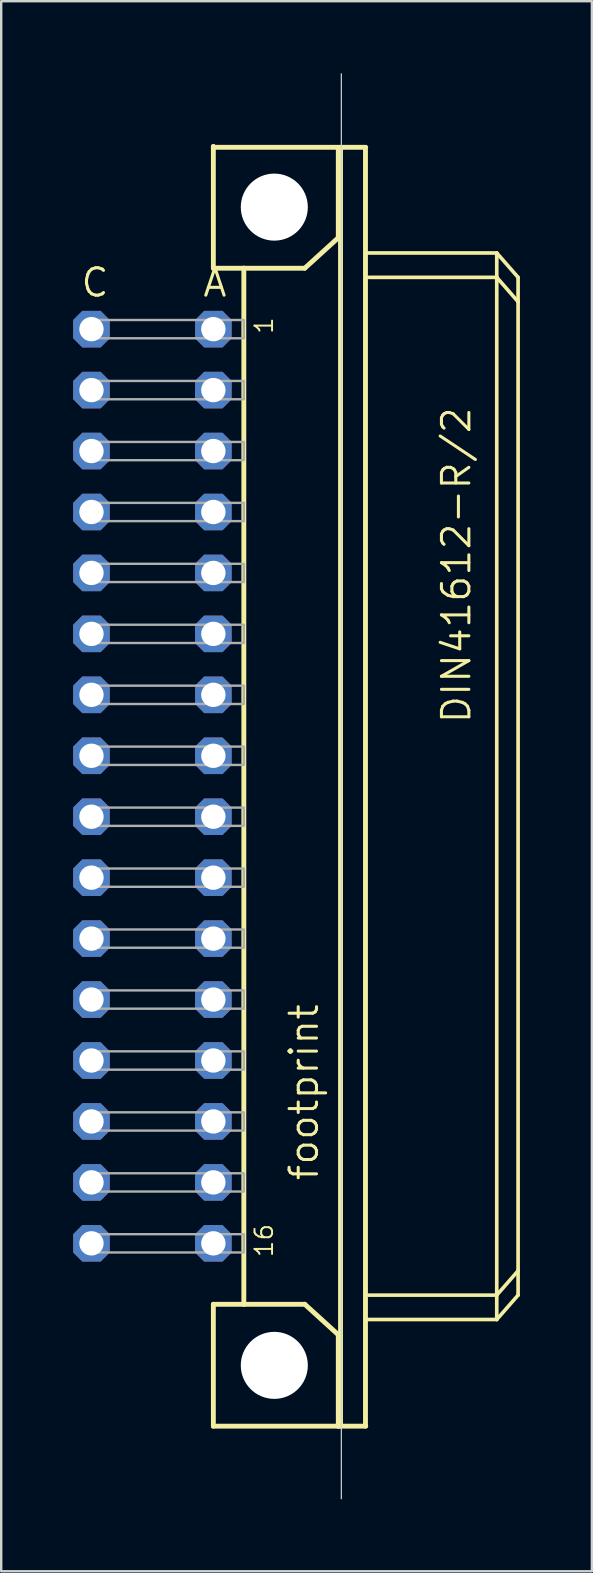
<source format=kicad_pcb>
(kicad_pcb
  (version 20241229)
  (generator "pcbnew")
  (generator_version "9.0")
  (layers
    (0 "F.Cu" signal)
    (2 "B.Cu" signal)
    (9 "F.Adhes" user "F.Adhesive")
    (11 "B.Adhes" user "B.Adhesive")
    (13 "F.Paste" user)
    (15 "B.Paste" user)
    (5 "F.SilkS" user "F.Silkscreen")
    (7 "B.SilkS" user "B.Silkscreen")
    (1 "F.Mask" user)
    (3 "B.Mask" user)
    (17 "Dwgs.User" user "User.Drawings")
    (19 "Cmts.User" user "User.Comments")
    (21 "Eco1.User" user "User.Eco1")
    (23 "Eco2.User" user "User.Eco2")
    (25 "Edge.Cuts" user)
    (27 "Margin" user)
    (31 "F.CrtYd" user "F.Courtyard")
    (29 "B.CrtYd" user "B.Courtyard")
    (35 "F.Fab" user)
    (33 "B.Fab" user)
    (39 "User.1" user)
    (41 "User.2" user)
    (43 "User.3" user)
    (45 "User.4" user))
  (footprint "footprint"
    (layer "F.Cu")
    (at 8.382 29.718)
    (property "Reference" "footprint" (at 1.905 16.51 90) (layer "F.SilkS") (effects (font (size 1.143 1.143) (thickness 0.127)) (justify left bottom)))
    (fp_line (start -2.54 -26.67) (end -2.54 -26.63) (stroke (width 0.203) (type solid)) (layer "F.SilkS"))
    (fp_line (start -2.54 -26.63) (end -2.54 -21.59) (stroke (width 0.203) (type solid)) (layer "F.SilkS"))
    (fp_line (start -2.54 -26.63) (end 3.81 -26.63) (stroke (width 0.203) (type solid)) (layer "F.SilkS"))
    (fp_line (start -2.54 -21.59) (end -1.27 -21.59) (stroke (width 0.203) (type solid)) (layer "F.SilkS"))
    (fp_line (start -2.54 21.59) (end -1.27 21.59) (stroke (width 0.203) (type solid)) (layer "F.SilkS"))
    (fp_line (start -2.54 26.67) (end -2.54 21.59) (stroke (width 0.203) (type solid)) (layer "F.SilkS"))
    (fp_line (start -2.54 26.67) (end 2.667 26.67) (stroke (width 0.203) (type solid)) (layer "F.SilkS"))
    (fp_line (start -1.27 -21.59) (end -1.27 21.59) (stroke (width 0.203) (type solid)) (layer "F.SilkS"))
    (fp_line (start -1.27 -21.59) (end 1.27 -21.59) (stroke (width 0.203) (type solid)) (layer "F.SilkS"))
    (fp_line (start -1.27 21.59) (end 1.27 21.59) (stroke (width 0.203) (type solid)) (layer "F.SilkS"))
    (fp_line (start 1.27 -21.59) (end 2.667 -22.86) (stroke (width 0.203) (type solid)) (layer "F.SilkS"))
    (fp_line (start 1.27 21.59) (end 2.667 22.86) (stroke (width 0.203) (type solid)) (layer "F.SilkS"))
    (fp_line (start 2.667 -22.86) (end 2.667 -26.543) (stroke (width 0.203) (type solid)) (layer "F.SilkS"))
    (fp_line (start 2.667 22.86) (end 2.667 26.67) (stroke (width 0.203) (type solid)) (layer "F.SilkS"))
    (fp_line (start 2.667 26.67) (end 3.81 26.67) (stroke (width 0.203) (type solid)) (layer "F.SilkS"))
    (fp_line (start 2.76 -26.54) (end 2.76 26.667) (stroke (width 0.203) (type solid)) (layer "F.SilkS"))
    (fp_line (start 3.8 26.667) (end 3.8 -26.54) (stroke (width 0.203) (type solid)) (layer "F.SilkS"))
    (fp_line (start 3.81 -22.225) (end 9.271 -22.225) (stroke (width 0.152) (type solid)) (layer "F.SilkS"))
    (fp_line (start 3.937 21.209) (end 9.271 21.209) (stroke (width 0.152) (type solid)) (layer "F.SilkS"))
    (fp_line (start 9.271 -21.209) (end 3.937 -21.209) (stroke (width 0.152) (type solid)) (layer "F.SilkS"))
    (fp_line (start 9.271 -21.209) (end 9.271 -22.225) (stroke (width 0.152) (type solid)) (layer "F.SilkS"))
    (fp_line (start 9.271 21.209) (end 9.271 -21.209) (stroke (width 0.152) (type solid)) (layer "F.SilkS"))
    (fp_line (start 9.271 21.209) (end 10.16 20.193) (stroke (width 0.152) (type solid)) (layer "F.SilkS"))
    (fp_line (start 9.271 22.225) (end 3.81 22.225) (stroke (width 0.152) (type solid)) (layer "F.SilkS"))
    (fp_line (start 9.271 22.225) (end 9.271 21.209) (stroke (width 0.152) (type solid)) (layer "F.SilkS"))
    (fp_line (start 9.271 22.225) (end 10.16 21.209) (stroke (width 0.152) (type solid)) (layer "F.SilkS"))
    (fp_line (start 10.16 -21.209) (end 9.271 -22.225) (stroke (width 0.152) (type solid)) (layer "F.SilkS"))
    (fp_line (start 10.16 -20.193) (end 9.271 -21.209) (stroke (width 0.152) (type solid)) (layer "F.SilkS"))
    (fp_line (start 10.16 -20.193) (end 10.16 -21.209) (stroke (width 0.152) (type solid)) (layer "F.SilkS"))
    (fp_line (start 10.16 20.193) (end 10.16 -20.193) (stroke (width 0.152) (type solid)) (layer "F.SilkS"))
    (fp_line (start 10.16 21.209) (end 10.16 20.193) (stroke (width 0.152) (type solid)) (layer "F.SilkS"))
    (fp_circle (center 0 -24.136) (end 1.27 -24.136) (stroke (width 0.152) (type solid)) (fill no) (layer "F.SilkS"))
    (fp_circle (center 0 24.136) (end 1.27 24.136) (stroke (width 0.152) (type solid)) (fill no) (layer "F.SilkS"))
    (fp_line (start 2.794 29.693) (end 2.794 -29.693) (stroke (width 0.05) (type solid)) (layer "Edge.Cuts"))
    (fp_poly (pts (xy -7.874 -18.669) (xy -1.27 -18.669) (xy -1.27 -19.431) (xy -7.874 -19.431)) (stroke (width 0.1) (type solid)) (fill no) (layer "F.Fab"))
    (fp_poly (pts (xy -7.874 -16.129) (xy -1.27 -16.129) (xy -1.27 -16.891) (xy -7.874 -16.891)) (stroke (width 0.1) (type solid)) (fill no) (layer "F.Fab"))
    (fp_poly (pts (xy -7.874 -13.589) (xy -1.27 -13.589) (xy -1.27 -14.351) (xy -7.874 -14.351)) (stroke (width 0.1) (type solid)) (fill no) (layer "F.Fab"))
    (fp_poly (pts (xy -7.874 -11.049) (xy -1.27 -11.049) (xy -1.27 -11.811) (xy -7.874 -11.811)) (stroke (width 0.1) (type solid)) (fill no) (layer "F.Fab"))
    (fp_poly (pts (xy -7.874 -8.509) (xy -1.27 -8.509) (xy -1.27 -9.271) (xy -7.874 -9.271)) (stroke (width 0.1) (type solid)) (fill no) (layer "F.Fab"))
    (fp_poly (pts (xy -7.874 -5.969) (xy -1.27 -5.969) (xy -1.27 -6.731) (xy -7.874 -6.731)) (stroke (width 0.1) (type solid)) (fill no) (layer "F.Fab"))
    (fp_poly (pts (xy -7.874 -3.429) (xy -1.27 -3.429) (xy -1.27 -4.191) (xy -7.874 -4.191)) (stroke (width 0.1) (type solid)) (fill no) (layer "F.Fab"))
    (fp_poly (pts (xy -7.874 -0.889) (xy -1.27 -0.889) (xy -1.27 -1.651) (xy -7.874 -1.651)) (stroke (width 0.1) (type solid)) (fill no) (layer "F.Fab"))
    (fp_poly (pts (xy -7.874 1.651) (xy -1.27 1.651) (xy -1.27 0.889) (xy -7.874 0.889)) (stroke (width 0.1) (type solid)) (fill no) (layer "F.Fab"))
    (fp_poly (pts (xy -7.874 4.191) (xy -1.27 4.191) (xy -1.27 3.429) (xy -7.874 3.429)) (stroke (width 0.1) (type solid)) (fill no) (layer "F.Fab"))
    (fp_poly (pts (xy -7.874 6.731) (xy -1.27 6.731) (xy -1.27 5.969) (xy -7.874 5.969)) (stroke (width 0.1) (type solid)) (fill no) (layer "F.Fab"))
    (fp_poly (pts (xy -7.874 9.271) (xy -1.27 9.271) (xy -1.27 8.509) (xy -7.874 8.509)) (stroke (width 0.1) (type solid)) (fill no) (layer "F.Fab"))
    (fp_poly (pts (xy -7.874 11.811) (xy -1.27 11.811) (xy -1.27 11.049) (xy -7.874 11.049)) (stroke (width 0.1) (type solid)) (fill no) (layer "F.Fab"))
    (fp_poly (pts (xy -7.874 14.351) (xy -1.27 14.351) (xy -1.27 13.589) (xy -7.874 13.589)) (stroke (width 0.1) (type solid)) (fill no) (layer "F.Fab"))
    (fp_poly (pts (xy -7.874 16.891) (xy -1.27 16.891) (xy -1.27 16.129) (xy -7.874 16.129)) (stroke (width 0.1) (type solid)) (fill no) (layer "F.Fab"))
    (fp_poly (pts (xy -7.874 19.431) (xy -1.27 19.431) (xy -1.27 18.669) (xy -7.874 18.669)) (stroke (width 0.1) (type solid)) (fill no) (layer "F.Fab"))
    (fp_text user "1" (at 0 -18.796 90) (layer "F.SilkS") (effects (font (size 0.732 0.732) (thickness 0.081)) (justify left bottom)))
    (fp_text user "DIN41612-R/2" (at 8.255 -2.54 90) (layer "F.SilkS") (effects (font (size 1.143 1.143) (thickness 0.127)) (justify left bottom)))
    (fp_text user "C" (at -8.128 -20.32 0) (layer "F.SilkS") (effects (font (size 1.143 1.143) (thickness 0.127)) (justify left bottom)))
    (fp_text user "16" (at 0 19.685 90) (layer "F.SilkS") (effects (font (size 0.732 0.732) (thickness 0.081)) (justify left bottom)))
    (fp_text user "A" (at -3.048 -20.32 0) (layer "F.SilkS") (effects (font (size 1.143 1.143) (thickness 0.127)) (justify left bottom)))
    (pad "" np_thru_hole circle (at 0 -24.136) (size 2.794 2.794) (drill 2.794) (layers "*.Cu" "*.Mask"))
    (pad "" np_thru_hole circle (at 0 24.136) (size 2.794 2.794) (drill 2.794) (layers "*.Cu" "*.Mask"))
    (pad "A1" thru_hole roundrect (at -2.54 -19.05) (size 1.524 1.524) (drill 1.016) (layers "*.Cu" "*.Mask") (roundrect_rratio 0.25) (chamfer_ratio 0.25) (chamfer top_left top_right bottom_left bottom_right))
    (pad "A2" thru_hole roundrect (at -2.54 -16.51) (size 1.524 1.524) (drill 1.016) (layers "*.Cu" "*.Mask") (roundrect_rratio 0.25) (chamfer_ratio 0.25) (chamfer top_left top_right bottom_left bottom_right))
    (pad "A3" thru_hole roundrect (at -2.54 -13.97) (size 1.524 1.524) (drill 1.016) (layers "*.Cu" "*.Mask") (roundrect_rratio 0.25) (chamfer_ratio 0.25) (chamfer top_left top_right bottom_left bottom_right))
    (pad "A4" thru_hole roundrect (at -2.54 -11.43) (size 1.524 1.524) (drill 1.016) (layers "*.Cu" "*.Mask") (roundrect_rratio 0.25) (chamfer_ratio 0.25) (chamfer top_left top_right bottom_left bottom_right))
    (pad "A5" thru_hole roundrect (at -2.54 -8.89) (size 1.524 1.524) (drill 1.016) (layers "*.Cu" "*.Mask") (roundrect_rratio 0.25) (chamfer_ratio 0.25) (chamfer top_left top_right bottom_left bottom_right))
    (pad "A6" thru_hole roundrect (at -2.54 -6.35) (size 1.524 1.524) (drill 1.016) (layers "*.Cu" "*.Mask") (roundrect_rratio 0.25) (chamfer_ratio 0.25) (chamfer top_left top_right bottom_left bottom_right))
    (pad "A7" thru_hole roundrect (at -2.54 -3.81) (size 1.524 1.524) (drill 1.016) (layers "*.Cu" "*.Mask") (roundrect_rratio 0.25) (chamfer_ratio 0.25) (chamfer top_left top_right bottom_left bottom_right))
    (pad "A8" thru_hole roundrect (at -2.54 -1.27) (size 1.524 1.524) (drill 1.016) (layers "*.Cu" "*.Mask") (roundrect_rratio 0.25) (chamfer_ratio 0.25) (chamfer top_left top_right bottom_left bottom_right))
    (pad "A9" thru_hole roundrect (at -2.54 1.27) (size 1.524 1.524) (drill 1.016) (layers "*.Cu" "*.Mask") (roundrect_rratio 0.25) (chamfer_ratio 0.25) (chamfer top_left top_right bottom_left bottom_right))
    (pad "A10" thru_hole roundrect (at -2.54 3.81) (size 1.524 1.524) (drill 1.016) (layers "*.Cu" "*.Mask") (roundrect_rratio 0.25) (chamfer_ratio 0.25) (chamfer top_left top_right bottom_left bottom_right))
    (pad "A11" thru_hole roundrect (at -2.54 6.35) (size 1.524 1.524) (drill 1.016) (layers "*.Cu" "*.Mask") (roundrect_rratio 0.25) (chamfer_ratio 0.25) (chamfer top_left top_right bottom_left bottom_right))
    (pad "A12" thru_hole roundrect (at -2.54 8.89) (size 1.524 1.524) (drill 1.016) (layers "*.Cu" "*.Mask") (roundrect_rratio 0.25) (chamfer_ratio 0.25) (chamfer top_left top_right bottom_left bottom_right))
    (pad "A13" thru_hole roundrect (at -2.54 11.43) (size 1.524 1.524) (drill 1.016) (layers "*.Cu" "*.Mask") (roundrect_rratio 0.25) (chamfer_ratio 0.25) (chamfer top_left top_right bottom_left bottom_right))
    (pad "A14" thru_hole roundrect (at -2.54 13.97) (size 1.524 1.524) (drill 1.016) (layers "*.Cu" "*.Mask") (roundrect_rratio 0.25) (chamfer_ratio 0.25) (chamfer top_left top_right bottom_left bottom_right))
    (pad "A15" thru_hole roundrect (at -2.54 16.51) (size 1.524 1.524) (drill 1.016) (layers "*.Cu" "*.Mask") (roundrect_rratio 0.25) (chamfer_ratio 0.25) (chamfer top_left top_right bottom_left bottom_right))
    (pad "A16" thru_hole roundrect (at -2.54 19.05) (size 1.524 1.524) (drill 1.016) (layers "*.Cu" "*.Mask") (roundrect_rratio 0.25) (chamfer_ratio 0.25) (chamfer top_left top_right bottom_left bottom_right))
    (pad "C1" thru_hole roundrect (at -7.62 -19.05) (size 1.524 1.524) (drill 1.016) (layers "*.Cu" "*.Mask") (roundrect_rratio 0.25) (chamfer_ratio 0.25) (chamfer top_left top_right bottom_left bottom_right))
    (pad "C2" thru_hole roundrect (at -7.62 -16.51) (size 1.524 1.524) (drill 1.016) (layers "*.Cu" "*.Mask") (roundrect_rratio 0.25) (chamfer_ratio 0.25) (chamfer top_left top_right bottom_left bottom_right))
    (pad "C3" thru_hole roundrect (at -7.62 -13.97) (size 1.524 1.524) (drill 1.016) (layers "*.Cu" "*.Mask") (roundrect_rratio 0.25) (chamfer_ratio 0.25) (chamfer top_left top_right bottom_left bottom_right))
    (pad "C4" thru_hole roundrect (at -7.62 -11.43) (size 1.524 1.524) (drill 1.016) (layers "*.Cu" "*.Mask") (roundrect_rratio 0.25) (chamfer_ratio 0.25) (chamfer top_left top_right bottom_left bottom_right))
    (pad "C5" thru_hole roundrect (at -7.62 -8.89) (size 1.524 1.524) (drill 1.016) (layers "*.Cu" "*.Mask") (roundrect_rratio 0.25) (chamfer_ratio 0.25) (chamfer top_left top_right bottom_left bottom_right))
    (pad "C6" thru_hole roundrect (at -7.62 -6.35) (size 1.524 1.524) (drill 1.016) (layers "*.Cu" "*.Mask") (roundrect_rratio 0.25) (chamfer_ratio 0.25) (chamfer top_left top_right bottom_left bottom_right))
    (pad "C7" thru_hole roundrect (at -7.62 -3.81) (size 1.524 1.524) (drill 1.016) (layers "*.Cu" "*.Mask") (roundrect_rratio 0.25) (chamfer_ratio 0.25) (chamfer top_left top_right bottom_left bottom_right))
    (pad "C8" thru_hole roundrect (at -7.62 -1.27) (size 1.524 1.524) (drill 1.016) (layers "*.Cu" "*.Mask") (roundrect_rratio 0.25) (chamfer_ratio 0.25) (chamfer top_left top_right bottom_left bottom_right))
    (pad "C9" thru_hole roundrect (at -7.62 1.27) (size 1.524 1.524) (drill 1.016) (layers "*.Cu" "*.Mask") (roundrect_rratio 0.25) (chamfer_ratio 0.25) (chamfer top_left top_right bottom_left bottom_right))
    (pad "C10" thru_hole roundrect (at -7.62 3.81) (size 1.524 1.524) (drill 1.016) (layers "*.Cu" "*.Mask") (roundrect_rratio 0.25) (chamfer_ratio 0.25) (chamfer top_left top_right bottom_left bottom_right))
    (pad "C11" thru_hole roundrect (at -7.62 6.35) (size 1.524 1.524) (drill 1.016) (layers "*.Cu" "*.Mask") (roundrect_rratio 0.25) (chamfer_ratio 0.25) (chamfer top_left top_right bottom_left bottom_right))
    (pad "C12" thru_hole roundrect (at -7.62 8.89) (size 1.524 1.524) (drill 1.016) (layers "*.Cu" "*.Mask") (roundrect_rratio 0.25) (chamfer_ratio 0.25) (chamfer top_left top_right bottom_left bottom_right))
    (pad "C13" thru_hole roundrect (at -7.62 11.43) (size 1.524 1.524) (drill 1.016) (layers "*.Cu" "*.Mask") (roundrect_rratio 0.25) (chamfer_ratio 0.25) (chamfer top_left top_right bottom_left bottom_right))
    (pad "C14" thru_hole roundrect (at -7.62 13.97) (size 1.524 1.524) (drill 1.016) (layers "*.Cu" "*.Mask") (roundrect_rratio 0.25) (chamfer_ratio 0.25) (chamfer top_left top_right bottom_left bottom_right))
    (pad "C15" thru_hole roundrect (at -7.62 16.51) (size 1.524 1.524) (drill 1.016) (layers "*.Cu" "*.Mask") (roundrect_rratio 0.25) (chamfer_ratio 0.25) (chamfer top_left top_right bottom_left bottom_right))
    (pad "C16" thru_hole roundrect (at -7.62 19.05) (size 1.524 1.524) (drill 1.016) (layers "*.Cu" "*.Mask") (roundrect_rratio 0.25) (chamfer_ratio 0.25) (chamfer top_left top_right bottom_left bottom_right))
    (zone (net_name "") (layers "F.Cu" "B.Cu") (hatch edge 0.508) (connect_pads) (min_thickness 0.254) (filled_areas_thickness no) (keepout (tracks allowed) (vias not_allowed) (pads allowed) (copperpour allowed) (footprints allowed)) (placement (enabled no)) (fill) (polygon (pts (xy 11.557 5.581) (xy 11.509 5.03) (xy 11.366 4.495) (xy 11.132 3.994) (xy 10.814 3.54) (xy 10.423 3.149) (xy 9.97 2.832) (xy 9.468 2.598) (xy 8.933 2.454) (xy 8.382 2.406) (xy 7.831 2.454) (xy 7.296 2.598) (xy 6.795 2.832) (xy 6.341 3.149) (xy 5.95 3.54) (xy 5.632 3.994) (xy 5.398 4.495) (xy 5.255 5.03) (xy 5.207 5.581) (xy 5.255 6.133) (xy 5.398 6.667) (xy 5.632 7.169) (xy 5.95 7.622) (xy 6.341 8.013) (xy 6.795 8.331) (xy 7.296 8.565) (xy 7.831 8.708) (xy 8.382 8.756) (xy 8.933 8.708) (xy 9.468 8.565) (xy 9.97 8.331) (xy 10.423 8.013) (xy 10.814 7.622) (xy 11.132 7.169) (xy 11.366 6.667) (xy 11.509 6.133))) (polygon (pts (xy 9.779 5.581) (xy 9.758 5.339) (xy 9.695 5.103) (xy 9.592 4.883) (xy 9.452 4.683) (xy 9.28 4.511) (xy 9.081 4.371) (xy 8.86 4.268) (xy 8.625 4.205) (xy 8.382 4.184) (xy 8.139 4.205) (xy 7.904 4.268) (xy 7.684 4.371) (xy 7.484 4.511) (xy 7.312 4.683) (xy 7.172 4.883) (xy 7.069 5.103) (xy 7.006 5.339) (xy 6.985 5.581) (xy 7.006 5.824) (xy 7.069 6.059) (xy 7.172 6.28) (xy 7.312 6.479) (xy 7.484 6.651) (xy 7.684 6.791) (xy 7.904 6.894) (xy 8.139 6.957) (xy 8.382 6.978) (xy 8.625 6.957) (xy 8.86 6.894) (xy 9.081 6.791) (xy 9.28 6.651) (xy 9.452 6.479) (xy 9.592 6.28) (xy 9.695 6.059) (xy 9.758 5.824))))
    (zone (net_name "") (layers "F.Cu" "B.Cu") (hatch edge 0.508) (connect_pads) (min_thickness 0.254) (filled_areas_thickness no) (keepout (tracks allowed) (vias not_allowed) (pads allowed) (copperpour allowed) (footprints allowed)) (placement (enabled no)) (fill) (polygon (pts (xy 11.557 53.854) (xy 11.509 53.303) (xy 11.366 52.768) (xy 11.132 52.267) (xy 10.814 51.813) (xy 10.423 51.422) (xy 9.97 51.104) (xy 9.468 50.87) (xy 8.933 50.727) (xy 8.382 50.679) (xy 7.831 50.727) (xy 7.296 50.87) (xy 6.795 51.104) (xy 6.341 51.422) (xy 5.95 51.813) (xy 5.632 52.267) (xy 5.398 52.768) (xy 5.255 53.303) (xy 5.207 53.854) (xy 5.255 54.405) (xy 5.398 54.94) (xy 5.632 55.441) (xy 5.95 55.895) (xy 6.341 56.286) (xy 6.795 56.604) (xy 7.296 56.838) (xy 7.831 56.981) (xy 8.382 57.029) (xy 8.933 56.981) (xy 9.468 56.838) (xy 9.97 56.604) (xy 10.423 56.286) (xy 10.814 55.895) (xy 11.132 55.441) (xy 11.366 54.94) (xy 11.509 54.405))) (polygon (pts (xy 9.779 53.854) (xy 9.758 53.611) (xy 9.695 53.376) (xy 9.592 53.156) (xy 9.452 52.956) (xy 9.28 52.784) (xy 9.081 52.644) (xy 8.86 52.541) (xy 8.625 52.478) (xy 8.382 52.457) (xy 8.139 52.478) (xy 7.904 52.541) (xy 7.684 52.644) (xy 7.484 52.784) (xy 7.312 52.956) (xy 7.172 53.156) (xy 7.069 53.376) (xy 7.006 53.611) (xy 6.985 53.854) (xy 7.006 54.097) (xy 7.069 54.332) (xy 7.172 54.553) (xy 7.312 54.752) (xy 7.484 54.924) (xy 7.684 55.064) (xy 7.904 55.167) (xy 8.139 55.23) (xy 8.382 55.251) (xy 8.625 55.23) (xy 8.86 55.167) (xy 9.081 55.064) (xy 9.28 54.924) (xy 9.452 54.752) (xy 9.592 54.553) (xy 9.695 54.332) (xy 9.758 54.097))))
    (zone (net_name "") (layer "B.Cu") (hatch edge 0.508) (connect_pads) (min_thickness 0.254) (filled_areas_thickness no) (keepout (tracks not_allowed) (vias not_allowed) (pads not_allowed) (copperpour not_allowed) (footprints allowed)) (placement (enabled no)) (fill) (polygon (pts (xy 11.557 5.581) (xy 11.509 5.03) (xy 11.366 4.495) (xy 11.132 3.994) (xy 10.814 3.54) (xy 10.423 3.149) (xy 9.97 2.832) (xy 9.468 2.598) (xy 8.933 2.454) (xy 8.382 2.406) (xy 7.831 2.454) (xy 7.296 2.598) (xy 6.795 2.832) (xy 6.341 3.149) (xy 5.95 3.54) (xy 5.632 3.994) (xy 5.398 4.495) (xy 5.255 5.03) (xy 5.207 5.581) (xy 5.255 6.133) (xy 5.398 6.667) (xy 5.632 7.169) (xy 5.95 7.622) (xy 6.341 8.013) (xy 6.795 8.331) (xy 7.296 8.565) (xy 7.831 8.708) (xy 8.382 8.756) (xy 8.933 8.708) (xy 9.468 8.565) (xy 9.97 8.331) (xy 10.423 8.013) (xy 10.814 7.622) (xy 11.132 7.169) (xy 11.366 6.667) (xy 11.509 6.133))) (polygon (pts (xy 9.779 5.581) (xy 9.758 5.339) (xy 9.695 5.103) (xy 9.592 4.883) (xy 9.452 4.683) (xy 9.28 4.511) (xy 9.081 4.371) (xy 8.86 4.268) (xy 8.625 4.205) (xy 8.382 4.184) (xy 8.139 4.205) (xy 7.904 4.268) (xy 7.684 4.371) (xy 7.484 4.511) (xy 7.312 4.683) (xy 7.172 4.883) (xy 7.069 5.103) (xy 7.006 5.339) (xy 6.985 5.581) (xy 7.006 5.824) (xy 7.069 6.059) (xy 7.172 6.28) (xy 7.312 6.479) (xy 7.484 6.651) (xy 7.684 6.791) (xy 7.904 6.894) (xy 8.139 6.957) (xy 8.382 6.978) (xy 8.625 6.957) (xy 8.86 6.894) (xy 9.081 6.791) (xy 9.28 6.651) (xy 9.452 6.479) (xy 9.592 6.28) (xy 9.695 6.059) (xy 9.758 5.824))))
    (zone (net_name "") (layer "B.Cu") (hatch edge 0.508) (connect_pads) (min_thickness 0.254) (filled_areas_thickness no) (keepout (tracks not_allowed) (vias not_allowed) (pads not_allowed) (copperpour not_allowed) (footprints allowed)) (placement (enabled no)) (fill) (polygon (pts (xy 11.557 53.854) (xy 11.509 53.303) (xy 11.366 52.768) (xy 11.132 52.267) (xy 10.814 51.813) (xy 10.423 51.422) (xy 9.97 51.104) (xy 9.468 50.87) (xy 8.933 50.727) (xy 8.382 50.679) (xy 7.831 50.727) (xy 7.296 50.87) (xy 6.795 51.104) (xy 6.341 51.422) (xy 5.95 51.813) (xy 5.632 52.267) (xy 5.398 52.768) (xy 5.255 53.303) (xy 5.207 53.854) (xy 5.255 54.405) (xy 5.398 54.94) (xy 5.632 55.441) (xy 5.95 55.895) (xy 6.341 56.286) (xy 6.795 56.604) (xy 7.296 56.838) (xy 7.831 56.981) (xy 8.382 57.029) (xy 8.933 56.981) (xy 9.468 56.838) (xy 9.97 56.604) (xy 10.423 56.286) (xy 10.814 55.895) (xy 11.132 55.441) (xy 11.366 54.94) (xy 11.509 54.405))) (polygon (pts (xy 9.779 53.854) (xy 9.758 53.611) (xy 9.695 53.376) (xy 9.592 53.156) (xy 9.452 52.956) (xy 9.28 52.784) (xy 9.081 52.644) (xy 8.86 52.541) (xy 8.625 52.478) (xy 8.382 52.457) (xy 8.139 52.478) (xy 7.904 52.541) (xy 7.684 52.644) (xy 7.484 52.784) (xy 7.312 52.956) (xy 7.172 53.156) (xy 7.069 53.376) (xy 7.006 53.611) (xy 6.985 53.854) (xy 7.006 54.097) (xy 7.069 54.332) (xy 7.172 54.553) (xy 7.312 54.752) (xy 7.484 54.924) (xy 7.684 55.064) (xy 7.904 55.167) (xy 8.139 55.23) (xy 8.382 55.251) (xy 8.625 55.23) (xy 8.86 55.167) (xy 9.081 55.064) (xy 9.28 54.924) (xy 9.452 54.752) (xy 9.592 54.553) (xy 9.695 54.332) (xy 9.758 54.097)))))
  (gr_rect
    (start -3 -3)
    (end 21.618 62.435)
    (stroke (width 0.1) (type default))
    (fill no)
    (layer "Edge.Cuts")))
</source>
